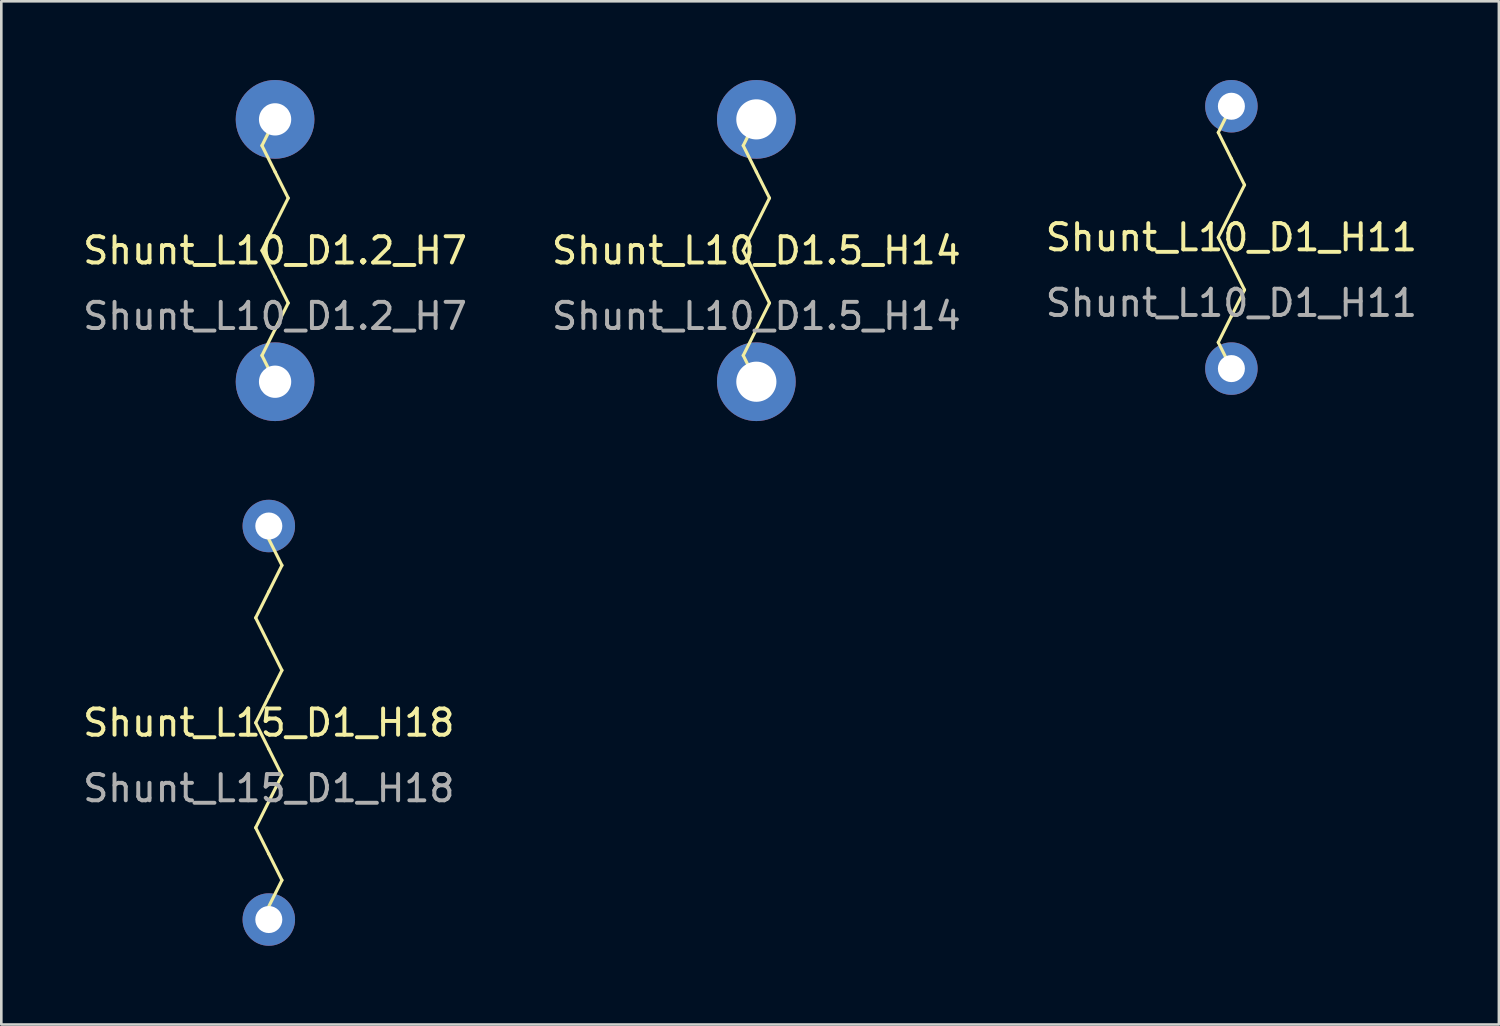
<source format=kicad_pcb>
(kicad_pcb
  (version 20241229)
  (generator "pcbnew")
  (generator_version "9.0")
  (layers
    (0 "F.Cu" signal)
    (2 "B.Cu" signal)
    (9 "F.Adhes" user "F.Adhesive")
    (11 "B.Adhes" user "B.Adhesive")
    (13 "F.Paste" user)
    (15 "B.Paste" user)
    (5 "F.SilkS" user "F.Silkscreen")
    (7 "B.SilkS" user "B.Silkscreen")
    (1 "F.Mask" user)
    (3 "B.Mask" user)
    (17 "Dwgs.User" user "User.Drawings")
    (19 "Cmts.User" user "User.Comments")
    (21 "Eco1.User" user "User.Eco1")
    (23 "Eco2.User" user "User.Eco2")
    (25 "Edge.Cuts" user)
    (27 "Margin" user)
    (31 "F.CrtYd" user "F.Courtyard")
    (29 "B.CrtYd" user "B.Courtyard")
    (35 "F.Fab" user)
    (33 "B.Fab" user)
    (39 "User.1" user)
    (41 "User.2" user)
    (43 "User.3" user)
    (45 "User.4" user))
  (footprint "Shunt_L10_D1_H11"
    (layer "F.Cu")
    (at 43.887 6)
    (property "Reference" "Shunt_L10_D1_H11" (at 0 0 0) (unlocked yes) (layer "F.SilkS") (effects (font (size 1 1) (thickness 0.15))))
    (attr through_hole)
    (fp_line (start -0.5 -4) (end 0 -3) (stroke (width 0.12) (type solid)) (layer "F.SilkS"))
    (fp_line (start -0.5 0) (end 0 1) (stroke (width 0.12) (type solid)) (layer "F.SilkS"))
    (fp_line (start -0.5 4) (end 0 5) (stroke (width 0.12) (type solid)) (layer "F.SilkS"))
    (fp_line (start 0 -5) (end -0.5 -4) (stroke (width 0.12) (type solid)) (layer "F.SilkS"))
    (fp_line (start 0 -3) (end 0.5 -2) (stroke (width 0.12) (type solid)) (layer "F.SilkS"))
    (fp_line (start 0 -1) (end -0.5 0) (stroke (width 0.12) (type solid)) (layer "F.SilkS"))
    (fp_line (start 0 1) (end 0.5 2) (stroke (width 0.12) (type solid)) (layer "F.SilkS"))
    (fp_line (start 0 3) (end -0.5 4) (stroke (width 0.12) (type solid)) (layer "F.SilkS"))
    (fp_line (start 0.5 -2) (end 0 -1) (stroke (width 0.12) (type solid)) (layer "F.SilkS"))
    (fp_line (start 0.5 2) (end 0 3) (stroke (width 0.12) (type solid)) (layer "F.SilkS"))
    (fp_text user "${REFERENCE}" (at 0 2.5 0) (unlocked yes) (layer "F.Fab") (effects (font (size 1 1) (thickness 0.15))))
    (pad "1" thru_hole circle (at 0 -5) (size 2 2) (drill 1.03) (layers "*.Cu" "*.Mask"))
    (pad "2" thru_hole circle (at 0 5) (size 2 2) (drill 1.03) (layers "*.Cu" "*.Mask")))
  (footprint "Shunt_L15_D1_H18"
    (layer "F.Cu")
    (at 7.196 24.5)
    (property "Reference" "Shunt_L15_D1_H18" (at 0 0 0) (unlocked yes) (layer "F.SilkS") (effects (font (size 1 1) (thickness 0.15))))
    (attr through_hole)
    (fp_line (start -0.5 -4) (end 0 -3) (stroke (width 0.12) (type solid)) (layer "F.SilkS"))
    (fp_line (start -0.5 0) (end 0 1) (stroke (width 0.12) (type solid)) (layer "F.SilkS"))
    (fp_line (start -0.5 4) (end 0 5) (stroke (width 0.12) (type solid)) (layer "F.SilkS"))
    (fp_line (start 0 -5) (end -0.5 -4) (stroke (width 0.12) (type solid)) (layer "F.SilkS"))
    (fp_line (start 0 -5) (end 0.5 -6) (stroke (width 0.12) (type solid)) (layer "F.SilkS"))
    (fp_line (start 0 -3) (end 0.5 -2) (stroke (width 0.12) (type solid)) (layer "F.SilkS"))
    (fp_line (start 0 -1) (end -0.5 0) (stroke (width 0.12) (type solid)) (layer "F.SilkS"))
    (fp_line (start 0 1) (end 0.5 2) (stroke (width 0.12) (type solid)) (layer "F.SilkS"))
    (fp_line (start 0 3) (end -0.5 4) (stroke (width 0.12) (type solid)) (layer "F.SilkS"))
    (fp_line (start 0 5) (end 0.5 6) (stroke (width 0.12) (type solid)) (layer "F.SilkS"))
    (fp_line (start 0.5 -6) (end 0 -7) (stroke (width 0.12) (type solid)) (layer "F.SilkS"))
    (fp_line (start 0.5 -2) (end 0 -1) (stroke (width 0.12) (type solid)) (layer "F.SilkS"))
    (fp_line (start 0.5 2) (end 0 3) (stroke (width 0.12) (type solid)) (layer "F.SilkS"))
    (fp_line (start 0.5 6) (end 0 7) (stroke (width 0.12) (type solid)) (layer "F.SilkS"))
    (fp_text user "${REFERENCE}" (at 0 2.5 0) (unlocked yes) (layer "F.Fab") (effects (font (size 1 1) (thickness 0.15))))
    (pad "1" thru_hole circle (at 0 -7.5) (size 2 2) (drill 1.03) (layers "*.Cu" "*.Mask"))
    (pad "2" thru_hole circle (at 0 7.5) (size 2 2) (drill 1.03) (layers "*.Cu" "*.Mask")))
  (footprint "Shunt_L10_D1.5_H14"
    (layer "F.Cu")
    (at 25.78 6.5)
    (property "Reference" "Shunt_L10_D1.5_H14" (at 0 0 0) (unlocked yes) (layer "F.SilkS") (effects (font (size 1 1) (thickness 0.15))))
    (attr through_hole)
    (fp_line (start -0.5 -4) (end 0 -3) (stroke (width 0.12) (type solid)) (layer "F.SilkS"))
    (fp_line (start -0.5 0) (end 0 1) (stroke (width 0.12) (type solid)) (layer "F.SilkS"))
    (fp_line (start -0.5 4) (end 0 5) (stroke (width 0.12) (type solid)) (layer "F.SilkS"))
    (fp_line (start 0 -5) (end -0.5 -4) (stroke (width 0.12) (type solid)) (layer "F.SilkS"))
    (fp_line (start 0 -3) (end 0.5 -2) (stroke (width 0.12) (type solid)) (layer "F.SilkS"))
    (fp_line (start 0 -1) (end -0.5 0) (stroke (width 0.12) (type solid)) (layer "F.SilkS"))
    (fp_line (start 0 1) (end 0.5 2) (stroke (width 0.12) (type solid)) (layer "F.SilkS"))
    (fp_line (start 0 3) (end -0.5 4) (stroke (width 0.12) (type solid)) (layer "F.SilkS"))
    (fp_line (start 0.5 -2) (end 0 -1) (stroke (width 0.12) (type solid)) (layer "F.SilkS"))
    (fp_line (start 0.5 2) (end 0 3) (stroke (width 0.12) (type solid)) (layer "F.SilkS"))
    (fp_text user "${REFERENCE}" (at 0 2.5 0) (unlocked yes) (layer "F.Fab") (effects (font (size 1 1) (thickness 0.15))))
    (pad "1" thru_hole circle (at 0 -5) (size 3 3) (drill 1.53) (layers "*.Cu" "*.Mask"))
    (pad "2" thru_hole circle (at 0 5) (size 3 3) (drill 1.53) (layers "*.Cu" "*.Mask")))
  (footprint "Shunt_L10_D1.2_H7"
    (layer "F.Cu")
    (at 7.435 6.5)
    (property "Reference" "Shunt_L10_D1.2_H7" (at 0 0 0) (unlocked yes) (layer "F.SilkS") (effects (font (size 1 1) (thickness 0.15))))
    (attr through_hole)
    (fp_line (start -0.5 -4) (end 0 -3) (stroke (width 0.12) (type solid)) (layer "F.SilkS"))
    (fp_line (start -0.5 0) (end 0 1) (stroke (width 0.12) (type solid)) (layer "F.SilkS"))
    (fp_line (start -0.5 4) (end 0 5) (stroke (width 0.12) (type solid)) (layer "F.SilkS"))
    (fp_line (start 0 -5) (end -0.5 -4) (stroke (width 0.12) (type solid)) (layer "F.SilkS"))
    (fp_line (start 0 -3) (end 0.5 -2) (stroke (width 0.12) (type solid)) (layer "F.SilkS"))
    (fp_line (start 0 -1) (end -0.5 0) (stroke (width 0.12) (type solid)) (layer "F.SilkS"))
    (fp_line (start 0 1) (end 0.5 2) (stroke (width 0.12) (type solid)) (layer "F.SilkS"))
    (fp_line (start 0 3) (end -0.5 4) (stroke (width 0.12) (type solid)) (layer "F.SilkS"))
    (fp_line (start 0.5 -2) (end 0 -1) (stroke (width 0.12) (type solid)) (layer "F.SilkS"))
    (fp_line (start 0.5 2) (end 0 3) (stroke (width 0.12) (type solid)) (layer "F.SilkS"))
    (fp_text user "${REFERENCE}" (at 0 2.5 0) (unlocked yes) (layer "F.Fab") (effects (font (size 1 1) (thickness 0.15))))
    (pad "1" thru_hole circle (at 0 -5) (size 3 3) (drill 1.23) (layers "*.Cu" "*.Mask"))
    (pad "2" thru_hole circle (at 0 5) (size 3 3) (drill 1.23) (layers "*.Cu" "*.Mask")))
  (gr_rect
    (start -3 -3)
    (end 54.083 36)
    (stroke (width 0.1) (type default))
    (fill no)
    (layer "Edge.Cuts")))
</source>
